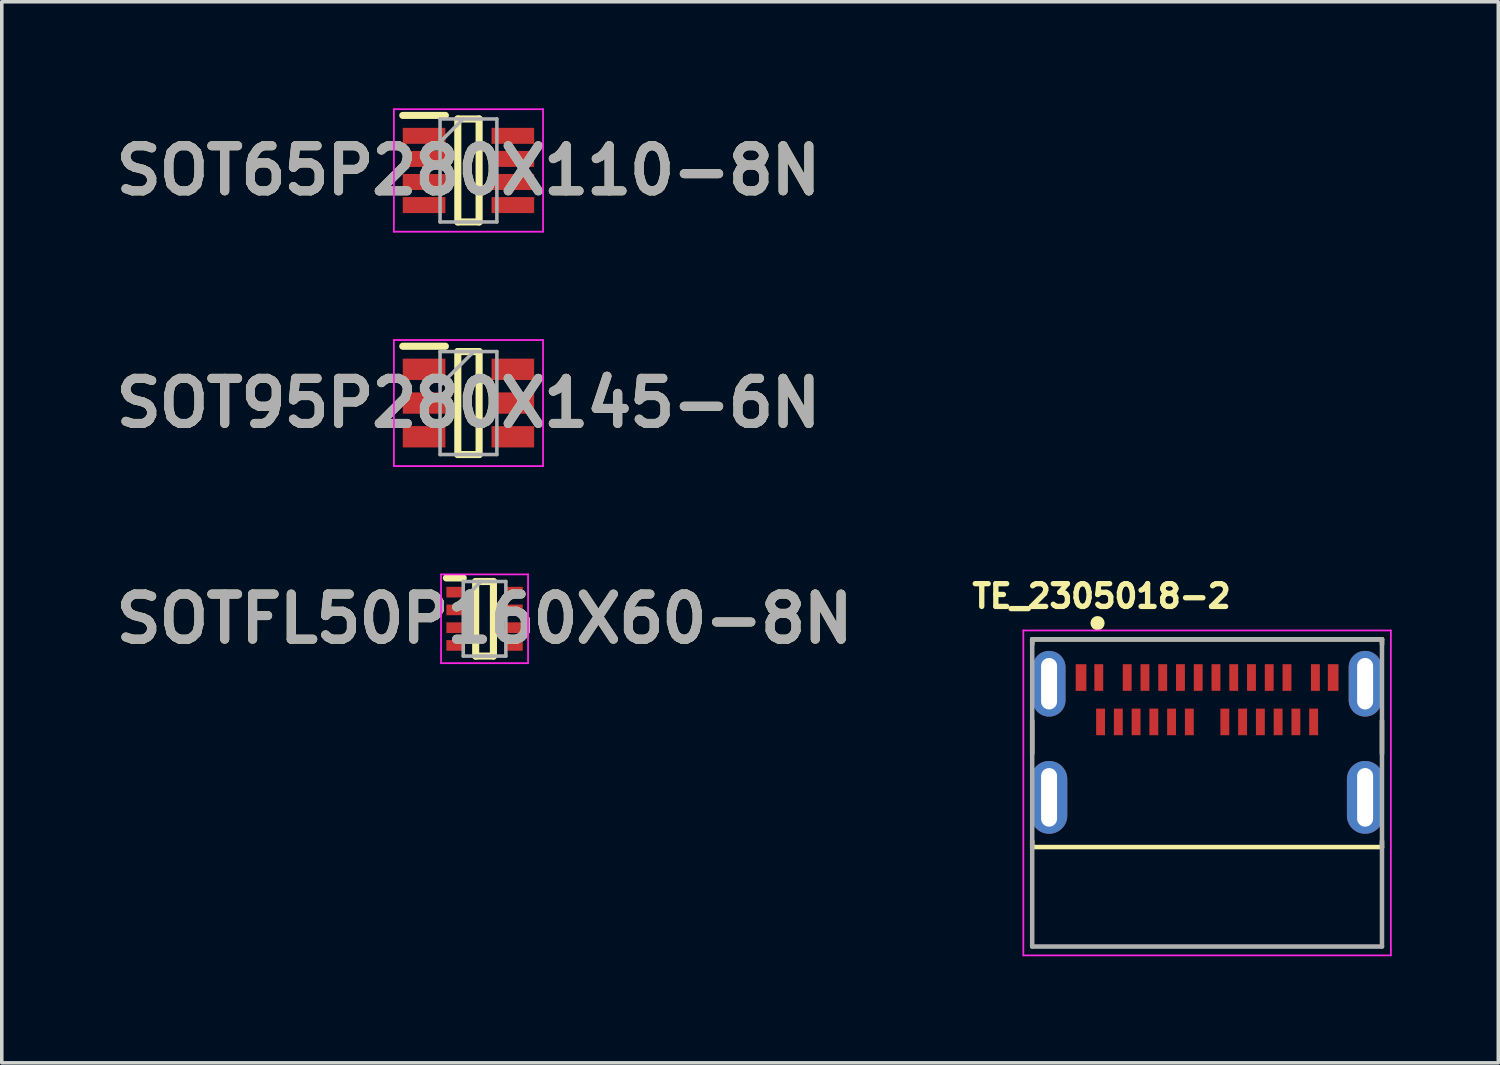
<source format=kicad_pcb>
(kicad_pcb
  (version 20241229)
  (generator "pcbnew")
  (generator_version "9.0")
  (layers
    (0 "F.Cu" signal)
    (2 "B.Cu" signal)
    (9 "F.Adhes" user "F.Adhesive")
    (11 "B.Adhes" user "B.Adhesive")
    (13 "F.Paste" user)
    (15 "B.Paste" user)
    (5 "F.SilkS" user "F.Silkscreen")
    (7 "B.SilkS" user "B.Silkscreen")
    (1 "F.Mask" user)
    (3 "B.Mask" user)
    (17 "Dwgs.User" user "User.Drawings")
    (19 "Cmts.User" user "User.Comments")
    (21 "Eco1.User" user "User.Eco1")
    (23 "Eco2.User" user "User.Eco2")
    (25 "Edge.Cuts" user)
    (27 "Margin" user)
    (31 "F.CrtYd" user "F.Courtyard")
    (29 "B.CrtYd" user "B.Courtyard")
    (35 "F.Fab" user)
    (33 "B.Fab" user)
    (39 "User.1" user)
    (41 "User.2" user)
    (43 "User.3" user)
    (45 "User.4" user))
  (footprint "SOTFL50P160X60-8N"
    (layer "F.Cu")
    (at 10.595 14.375)
    (property "Reference" "SOTFL50P160X60-8N" (at 0 0 0) (layer "F.SilkS") (effects (font (size 1.27 1.27) (thickness 0.254))))
    (attr smd)
    (fp_line (start -1.075 -1.15) (end -0.6 -1.15) (stroke (width 0.2) (type solid)) (layer "F.SilkS"))
    (fp_line (start -0.25 -1.05) (end 0.25 -1.05) (stroke (width 0.2) (type solid)) (layer "F.SilkS"))
    (fp_line (start -0.25 1.05) (end -0.25 -1.05) (stroke (width 0.2) (type solid)) (layer "F.SilkS"))
    (fp_line (start 0.25 -1.05) (end 0.25 1.05) (stroke (width 0.2) (type solid)) (layer "F.SilkS"))
    (fp_line (start 0.25 1.05) (end -0.25 1.05) (stroke (width 0.2) (type solid)) (layer "F.SilkS"))
    (fp_line (start -1.225 -1.25) (end 1.225 -1.25) (stroke (width 0.05) (type solid)) (layer "F.CrtYd"))
    (fp_line (start -1.225 1.25) (end -1.225 -1.25) (stroke (width 0.05) (type solid)) (layer "F.CrtYd"))
    (fp_line (start 1.225 -1.25) (end 1.225 1.25) (stroke (width 0.05) (type solid)) (layer "F.CrtYd"))
    (fp_line (start 1.225 1.25) (end -1.225 1.25) (stroke (width 0.05) (type solid)) (layer "F.CrtYd"))
    (fp_line (start -0.6 -1.05) (end 0.6 -1.05) (stroke (width 0.1) (type solid)) (layer "F.Fab"))
    (fp_line (start -0.6 -0.55) (end -0.1 -1.05) (stroke (width 0.1) (type solid)) (layer "F.Fab"))
    (fp_line (start -0.6 1.05) (end -0.6 -1.05) (stroke (width 0.1) (type solid)) (layer "F.Fab"))
    (fp_line (start 0.6 -1.05) (end 0.6 1.05) (stroke (width 0.1) (type solid)) (layer "F.Fab"))
    (fp_line (start 0.6 1.05) (end -0.6 1.05) (stroke (width 0.1) (type solid)) (layer "F.Fab"))
    (fp_text user "${REFERENCE}" (at 0 0 0) (layer "F.Fab") (effects (font (size 1.27 1.27) (thickness 0.254))))
    (pad "1" smd rect (at -0.838 -0.75 90) (size 0.3 0.475) (layers "F.Cu" "F.Mask" "F.Paste"))
    (pad "2" smd rect (at -0.838 -0.25 90) (size 0.3 0.475) (layers "F.Cu" "F.Mask" "F.Paste"))
    (pad "3" smd rect (at -0.838 0.25 90) (size 0.3 0.475) (layers "F.Cu" "F.Mask" "F.Paste"))
    (pad "4" smd rect (at -0.838 0.75 90) (size 0.3 0.475) (layers "F.Cu" "F.Mask" "F.Paste"))
    (pad "5" smd rect (at 0.838 0.75 90) (size 0.3 0.475) (layers "F.Cu" "F.Mask" "F.Paste"))
    (pad "6" smd rect (at 0.838 0.25 90) (size 0.3 0.475) (layers "F.Cu" "F.Mask" "F.Paste"))
    (pad "7" smd rect (at 0.838 -0.25 90) (size 0.3 0.475) (layers "F.Cu" "F.Mask" "F.Paste"))
    (pad "8" smd rect (at 0.838 -0.75 90) (size 0.3 0.475) (layers "F.Cu" "F.Mask" "F.Paste")))
  (footprint "TE_2305018-2"
    (layer "F.Cu")
    (at 30.942 19.404)
    (property "Reference" "TE_2305018-2" (at -2.973 -5.666 0) (layer "F.SilkS") (effects (font (size 0.641 0.641) (thickness 0.15))))
    (attr through_hole)
    (fp_line (start -4.925 -4.45) (end 4.925 -4.45) (stroke (width 0.127) (type solid)) (layer "F.SilkS"))
    (fp_line (start -4.925 -4.309) (end -4.925 -4.45) (stroke (width 0.127) (type solid)) (layer "F.SilkS"))
    (fp_line (start -4.925 -1.231) (end -4.925 -2.155) (stroke (width 0.127) (type solid)) (layer "F.SilkS"))
    (fp_line (start -4.925 1.4) (end -4.925 1.231) (stroke (width 0.127) (type solid)) (layer "F.SilkS"))
    (fp_line (start 4.925 -4.309) (end 4.925 -4.45) (stroke (width 0.127) (type solid)) (layer "F.SilkS"))
    (fp_line (start 4.925 -1.231) (end 4.925 -2.155) (stroke (width 0.127) (type solid)) (layer "F.SilkS"))
    (fp_line (start 4.925 1.4) (end -4.925 1.4) (stroke (width 0.127) (type solid)) (layer "F.SilkS"))
    (fp_line (start 4.925 1.4) (end 4.925 1.231) (stroke (width 0.127) (type solid)) (layer "F.SilkS"))
    (fp_circle (center -3.085 -4.907) (end -2.985 -4.907) (stroke (width 0.2) (type solid)) (fill no) (layer "F.SilkS"))
    (fp_line (start -5.175 -4.7) (end 5.175 -4.7) (stroke (width 0.05) (type solid)) (layer "F.CrtYd"))
    (fp_line (start -5.175 4.45) (end -5.175 -4.7) (stroke (width 0.05) (type solid)) (layer "F.CrtYd"))
    (fp_line (start 5.175 -4.7) (end 5.175 4.45) (stroke (width 0.05) (type solid)) (layer "F.CrtYd"))
    (fp_line (start 5.175 4.45) (end -5.175 4.45) (stroke (width 0.05) (type solid)) (layer "F.CrtYd"))
    (fp_line (start -4.925 -4.45) (end 4.925 -4.45) (stroke (width 0.127) (type solid)) (layer "F.Fab"))
    (fp_line (start -4.925 4.2) (end -4.925 -4.45) (stroke (width 0.127) (type solid)) (layer "F.Fab"))
    (fp_line (start -4.925 4.2) (end 4.925 4.2) (stroke (width 0.127) (type solid)) (layer "F.Fab"))
    (fp_line (start 4.925 -4.45) (end 4.925 4.2) (stroke (width 0.127) (type solid)) (layer "F.Fab"))
    (pad "A1" smd rect (at -3.05 -3.375) (size 0.25 0.75) (layers "F.Cu" "F.Mask" "F.Paste"))
    (pad "A2" smd rect (at -2.25 -3.375) (size 0.25 0.75) (layers "F.Cu" "F.Mask" "F.Paste"))
    (pad "A3" smd rect (at -1.75 -3.375) (size 0.25 0.75) (layers "F.Cu" "F.Mask" "F.Paste"))
    (pad "A4" smd rect (at -1.25 -3.375) (size 0.25 0.75) (layers "F.Cu" "F.Mask" "F.Paste"))
    (pad "A5" smd rect (at -0.75 -3.375) (size 0.25 0.75) (layers "F.Cu" "F.Mask" "F.Paste"))
    (pad "A6" smd rect (at -0.25 -3.375) (size 0.25 0.75) (layers "F.Cu" "F.Mask" "F.Paste"))
    (pad "A7" smd rect (at 0.25 -3.375) (size 0.25 0.75) (layers "F.Cu" "F.Mask" "F.Paste"))
    (pad "A8" smd rect (at 0.75 -3.375) (size 0.25 0.75) (layers "F.Cu" "F.Mask" "F.Paste"))
    (pad "A9" smd rect (at 1.25 -3.375) (size 0.25 0.75) (layers "F.Cu" "F.Mask" "F.Paste"))
    (pad "A10" smd rect (at 1.75 -3.375) (size 0.25 0.75) (layers "F.Cu" "F.Mask" "F.Paste"))
    (pad "A11" smd rect (at 2.25 -3.375) (size 0.25 0.75) (layers "F.Cu" "F.Mask" "F.Paste"))
    (pad "A12" smd rect (at 3.05 -3.375) (size 0.25 0.75) (layers "F.Cu" "F.Mask" "F.Paste"))
    (pad "B1" smd rect (at 3 -2.125) (size 0.25 0.75) (layers "F.Cu" "F.Mask" "F.Paste"))
    (pad "B2" smd rect (at 2.5 -2.125) (size 0.25 0.75) (layers "F.Cu" "F.Mask" "F.Paste"))
    (pad "B3" smd rect (at 2 -2.125) (size 0.25 0.75) (layers "F.Cu" "F.Mask" "F.Paste"))
    (pad "B4" smd rect (at 1.5 -2.125) (size 0.25 0.75) (layers "F.Cu" "F.Mask" "F.Paste"))
    (pad "B5" smd rect (at 1 -2.125) (size 0.25 0.75) (layers "F.Cu" "F.Mask" "F.Paste"))
    (pad "B6" smd rect (at 0.5 -2.125) (size 0.25 0.75) (layers "F.Cu" "F.Mask" "F.Paste"))
    (pad "B7" smd rect (at -0.5 -2.125) (size 0.25 0.75) (layers "F.Cu" "F.Mask" "F.Paste"))
    (pad "B8" smd rect (at -1 -2.125) (size 0.25 0.75) (layers "F.Cu" "F.Mask" "F.Paste"))
    (pad "B9" smd rect (at -1.5 -2.125) (size 0.25 0.75) (layers "F.Cu" "F.Mask" "F.Paste"))
    (pad "B10" smd rect (at -2 -2.125) (size 0.25 0.75) (layers "F.Cu" "F.Mask" "F.Paste"))
    (pad "B11" smd rect (at -2.5 -2.125) (size 0.25 0.75) (layers "F.Cu" "F.Mask" "F.Paste"))
    (pad "B12" smd rect (at -3 -2.125) (size 0.25 0.75) (layers "F.Cu" "F.Mask" "F.Paste"))
    (pad "G1" smd rect (at -3.55 -3.375) (size 0.3 0.75) (layers "F.Cu" "F.Mask" "F.Paste"))
    (pad "G2" smd rect (at 3.55 -3.375) (size 0.3 0.75) (layers "F.Cu" "F.Mask" "F.Paste"))
    (pad "S1" thru_hole oval (at -4.45 0) (size 1.025 2.05) (drill oval 0.45 1.65) (layers "*.Cu" "*.Mask"))
    (pad "S2" thru_hole oval (at 4.45 0) (size 1.025 2.05) (drill oval 0.45 1.65) (layers "*.Cu" "*.Mask"))
    (pad "S3" thru_hole oval (at -4.45 -3.2) (size 0.925 1.85) (drill oval 0.45 1.45) (layers "*.Cu" "*.Mask"))
    (pad "S4" thru_hole oval (at 4.45 -3.2) (size 0.925 1.85) (drill oval 0.45 1.45) (layers "*.Cu" "*.Mask")))
  (footprint "SOT65P280X110-8N"
    (layer "F.Cu")
    (at 10.142 1.75)
    (property "Reference" "SOT65P280X110-8N" (at 0 0 0) (layer "F.SilkS") (effects (font (size 1.27 1.27) (thickness 0.254))))
    (attr smd)
    (fp_line (start -1.85 -1.55) (end -0.65 -1.55) (stroke (width 0.2) (type solid)) (layer "F.SilkS"))
    (fp_line (start -0.3 -1.45) (end 0.3 -1.45) (stroke (width 0.2) (type solid)) (layer "F.SilkS"))
    (fp_line (start -0.3 1.45) (end -0.3 -1.45) (stroke (width 0.2) (type solid)) (layer "F.SilkS"))
    (fp_line (start 0.3 -1.45) (end 0.3 1.45) (stroke (width 0.2) (type solid)) (layer "F.SilkS"))
    (fp_line (start 0.3 1.45) (end -0.3 1.45) (stroke (width 0.2) (type solid)) (layer "F.SilkS"))
    (fp_line (start -2.1 -1.725) (end 2.1 -1.725) (stroke (width 0.05) (type solid)) (layer "F.CrtYd"))
    (fp_line (start -2.1 1.725) (end -2.1 -1.725) (stroke (width 0.05) (type solid)) (layer "F.CrtYd"))
    (fp_line (start 2.1 -1.725) (end 2.1 1.725) (stroke (width 0.05) (type solid)) (layer "F.CrtYd"))
    (fp_line (start 2.1 1.725) (end -2.1 1.725) (stroke (width 0.05) (type solid)) (layer "F.CrtYd"))
    (fp_line (start -0.8 -1.45) (end 0.8 -1.45) (stroke (width 0.1) (type solid)) (layer "F.Fab"))
    (fp_line (start -0.8 -0.8) (end -0.15 -1.45) (stroke (width 0.1) (type solid)) (layer "F.Fab"))
    (fp_line (start -0.8 1.45) (end -0.8 -1.45) (stroke (width 0.1) (type solid)) (layer "F.Fab"))
    (fp_line (start 0.8 -1.45) (end 0.8 1.45) (stroke (width 0.1) (type solid)) (layer "F.Fab"))
    (fp_line (start 0.8 1.45) (end -0.8 1.45) (stroke (width 0.1) (type solid)) (layer "F.Fab"))
    (fp_text user "${REFERENCE}" (at 0 0 0) (layer "F.Fab") (effects (font (size 1.27 1.27) (thickness 0.254))))
    (pad "1" smd rect (at -1.25 -0.975 90) (size 0.45 1.2) (layers "F.Cu" "F.Mask" "F.Paste"))
    (pad "2" smd rect (at -1.25 -0.325 90) (size 0.45 1.2) (layers "F.Cu" "F.Mask" "F.Paste"))
    (pad "3" smd rect (at -1.25 0.325 90) (size 0.45 1.2) (layers "F.Cu" "F.Mask" "F.Paste"))
    (pad "4" smd rect (at -1.25 0.975 90) (size 0.45 1.2) (layers "F.Cu" "F.Mask" "F.Paste"))
    (pad "5" smd rect (at 1.25 0.975 90) (size 0.45 1.2) (layers "F.Cu" "F.Mask" "F.Paste"))
    (pad "6" smd rect (at 1.25 0.325 90) (size 0.45 1.2) (layers "F.Cu" "F.Mask" "F.Paste"))
    (pad "7" smd rect (at 1.25 -0.325 90) (size 0.45 1.2) (layers "F.Cu" "F.Mask" "F.Paste"))
    (pad "8" smd rect (at 1.25 -0.975 90) (size 0.45 1.2) (layers "F.Cu" "F.Mask" "F.Paste")))
  (footprint "SOT95P280X145-6N"
    (layer "F.Cu")
    (at 10.142 8.3)
    (property "Reference" "SOT95P280X145-6N" (at 0 0 0) (layer "F.SilkS") (effects (font (size 1.27 1.27) (thickness 0.254))))
    (attr smd)
    (fp_line (start -1.85 -1.6) (end -0.65 -1.6) (stroke (width 0.2) (type solid)) (layer "F.SilkS"))
    (fp_line (start -0.3 -1.45) (end 0.3 -1.45) (stroke (width 0.2) (type solid)) (layer "F.SilkS"))
    (fp_line (start -0.3 1.45) (end -0.3 -1.45) (stroke (width 0.2) (type solid)) (layer "F.SilkS"))
    (fp_line (start 0.3 -1.45) (end 0.3 1.45) (stroke (width 0.2) (type solid)) (layer "F.SilkS"))
    (fp_line (start 0.3 1.45) (end -0.3 1.45) (stroke (width 0.2) (type solid)) (layer "F.SilkS"))
    (fp_line (start -2.1 -1.775) (end 2.1 -1.775) (stroke (width 0.05) (type solid)) (layer "F.CrtYd"))
    (fp_line (start -2.1 1.775) (end -2.1 -1.775) (stroke (width 0.05) (type solid)) (layer "F.CrtYd"))
    (fp_line (start 2.1 -1.775) (end 2.1 1.775) (stroke (width 0.05) (type solid)) (layer "F.CrtYd"))
    (fp_line (start 2.1 1.775) (end -2.1 1.775) (stroke (width 0.05) (type solid)) (layer "F.CrtYd"))
    (fp_line (start -0.8 -1.45) (end 0.8 -1.45) (stroke (width 0.1) (type solid)) (layer "F.Fab"))
    (fp_line (start -0.8 -0.5) (end 0.15 -1.45) (stroke (width 0.1) (type solid)) (layer "F.Fab"))
    (fp_line (start -0.8 1.45) (end -0.8 -1.45) (stroke (width 0.1) (type solid)) (layer "F.Fab"))
    (fp_line (start 0.8 -1.45) (end 0.8 1.45) (stroke (width 0.1) (type solid)) (layer "F.Fab"))
    (fp_line (start 0.8 1.45) (end -0.8 1.45) (stroke (width 0.1) (type solid)) (layer "F.Fab"))
    (fp_text user "${REFERENCE}" (at 0 0 0) (layer "F.Fab") (effects (font (size 1.27 1.27) (thickness 0.254))))
    (pad "1" smd rect (at -1.25 -0.95 90) (size 0.6 1.2) (layers "F.Cu" "F.Mask" "F.Paste"))
    (pad "2" smd rect (at -1.25 0 90) (size 0.6 1.2) (layers "F.Cu" "F.Mask" "F.Paste"))
    (pad "3" smd rect (at -1.25 0.95 90) (size 0.6 1.2) (layers "F.Cu" "F.Mask" "F.Paste"))
    (pad "4" smd rect (at 1.25 0.95 90) (size 0.6 1.2) (layers "F.Cu" "F.Mask" "F.Paste"))
    (pad "5" smd rect (at 1.25 0 90) (size 0.6 1.2) (layers "F.Cu" "F.Mask" "F.Paste"))
    (pad "6" smd rect (at 1.25 -0.95 90) (size 0.6 1.2) (layers "F.Cu" "F.Mask" "F.Paste")))
  (gr_rect
    (start -3 -3)
    (end 39.142 26.879)
    (stroke (width 0.1) (type default))
    (fill no)
    (layer "Edge.Cuts")))
</source>
